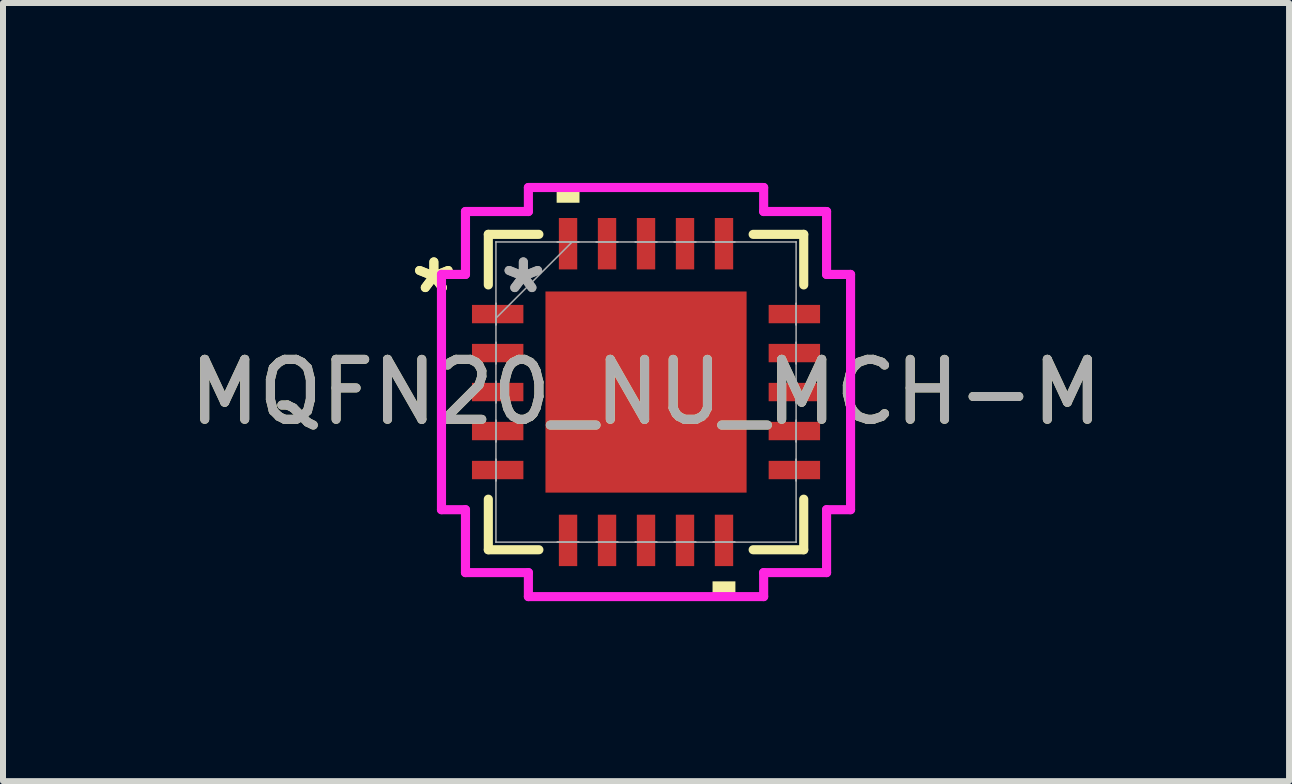
<source format=kicad_pcb>
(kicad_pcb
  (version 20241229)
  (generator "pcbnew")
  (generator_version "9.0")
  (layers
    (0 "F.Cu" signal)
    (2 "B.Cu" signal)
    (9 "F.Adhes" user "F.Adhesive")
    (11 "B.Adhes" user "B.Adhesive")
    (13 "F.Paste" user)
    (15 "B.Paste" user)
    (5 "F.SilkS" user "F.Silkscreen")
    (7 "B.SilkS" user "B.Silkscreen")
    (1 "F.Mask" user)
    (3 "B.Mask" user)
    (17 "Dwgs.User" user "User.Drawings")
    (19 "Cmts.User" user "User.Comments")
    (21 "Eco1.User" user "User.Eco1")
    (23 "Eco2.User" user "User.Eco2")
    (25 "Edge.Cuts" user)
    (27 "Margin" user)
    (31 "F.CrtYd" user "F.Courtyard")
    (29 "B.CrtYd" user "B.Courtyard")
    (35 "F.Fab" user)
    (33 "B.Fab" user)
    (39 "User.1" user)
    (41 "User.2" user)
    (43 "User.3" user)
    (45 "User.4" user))
  (footprint "MQFN20_NU_MCH-M"
    (layer "F.Cu")
    (at 7.72 3.486)
    (property "Reference" "MQFN20_NU_MCH-M" (at 0 0 0) (unlocked yes) (layer "F.SilkS") (effects (font (size 1 1) (thickness 0.15))))
    (attr smd)
    (fp_line (start -2.629 -2.629) (end -2.629 -1.786) (stroke (width 0.152) (type solid)) (layer "F.SilkS"))
    (fp_line (start -2.629 1.786) (end -2.629 2.629) (stroke (width 0.152) (type solid)) (layer "F.SilkS"))
    (fp_line (start -2.629 2.629) (end -1.786 2.629) (stroke (width 0.152) (type solid)) (layer "F.SilkS"))
    (fp_line (start -1.786 -2.629) (end -2.629 -2.629) (stroke (width 0.152) (type solid)) (layer "F.SilkS"))
    (fp_line (start 1.786 2.629) (end 2.629 2.629) (stroke (width 0.152) (type solid)) (layer "F.SilkS"))
    (fp_line (start 2.629 -2.629) (end 1.786 -2.629) (stroke (width 0.152) (type solid)) (layer "F.SilkS"))
    (fp_line (start 2.629 -1.786) (end 2.629 -2.629) (stroke (width 0.152) (type solid)) (layer "F.SilkS"))
    (fp_line (start 2.629 2.629) (end 2.629 1.786) (stroke (width 0.152) (type solid)) (layer "F.SilkS"))
    (fp_poly (pts (xy -1.49 -3.156) (xy -1.49 -3.41) (xy -1.109 -3.41) (xy -1.109 -3.156)) (stroke (width 0) (type solid)) (fill yes) (layer "F.SilkS"))
    (fp_poly (pts (xy 1.109 3.156) (xy 1.109 3.41) (xy 1.49 3.41) (xy 1.49 3.156)) (stroke (width 0) (type solid)) (fill yes) (layer "F.SilkS"))
    (fp_poly (pts (xy -1.576 -1.576) (xy -1.576 -0.1) (xy -0.1 -0.1) (xy -0.1 -1.576)) (stroke (width 0) (type solid)) (fill yes) (layer "F.Paste"))
    (fp_poly (pts (xy -1.576 0.1) (xy -1.576 1.576) (xy -0.1 1.576) (xy -0.1 0.1)) (stroke (width 0) (type solid)) (fill yes) (layer "F.Paste"))
    (fp_poly (pts (xy 0.1 -1.576) (xy 0.1 -0.1) (xy 1.576 -0.1) (xy 1.576 -1.576)) (stroke (width 0) (type solid)) (fill yes) (layer "F.Paste"))
    (fp_poly (pts (xy 0.1 0.1) (xy 0.1 1.576) (xy 1.576 1.576) (xy 1.576 0.1)) (stroke (width 0) (type solid)) (fill yes) (layer "F.Paste"))
    (fp_line (start -3.41 -1.961) (end -3.01 -1.961) (stroke (width 0.152) (type solid)) (layer "F.CrtYd"))
    (fp_line (start -3.41 1.961) (end -3.41 -1.961) (stroke (width 0.152) (type solid)) (layer "F.CrtYd"))
    (fp_line (start -3.01 -3.01) (end -1.961 -3.01) (stroke (width 0.152) (type solid)) (layer "F.CrtYd"))
    (fp_line (start -3.01 -1.961) (end -3.01 -3.01) (stroke (width 0.152) (type solid)) (layer "F.CrtYd"))
    (fp_line (start -3.01 1.961) (end -3.41 1.961) (stroke (width 0.152) (type solid)) (layer "F.CrtYd"))
    (fp_line (start -3.01 3.01) (end -3.01 1.961) (stroke (width 0.152) (type solid)) (layer "F.CrtYd"))
    (fp_line (start -1.961 -3.41) (end 1.961 -3.41) (stroke (width 0.152) (type solid)) (layer "F.CrtYd"))
    (fp_line (start -1.961 -3.01) (end -1.961 -3.41) (stroke (width 0.152) (type solid)) (layer "F.CrtYd"))
    (fp_line (start -1.961 3.01) (end -3.01 3.01) (stroke (width 0.152) (type solid)) (layer "F.CrtYd"))
    (fp_line (start -1.961 3.41) (end -1.961 3.01) (stroke (width 0.152) (type solid)) (layer "F.CrtYd"))
    (fp_line (start 1.961 -3.41) (end 1.961 -3.01) (stroke (width 0.152) (type solid)) (layer "F.CrtYd"))
    (fp_line (start 1.961 -3.01) (end 3.01 -3.01) (stroke (width 0.152) (type solid)) (layer "F.CrtYd"))
    (fp_line (start 1.961 3.01) (end 1.961 3.41) (stroke (width 0.152) (type solid)) (layer "F.CrtYd"))
    (fp_line (start 1.961 3.41) (end -1.961 3.41) (stroke (width 0.152) (type solid)) (layer "F.CrtYd"))
    (fp_line (start 3.01 -3.01) (end 3.01 -1.961) (stroke (width 0.152) (type solid)) (layer "F.CrtYd"))
    (fp_line (start 3.01 -1.961) (end 3.41 -1.961) (stroke (width 0.152) (type solid)) (layer "F.CrtYd"))
    (fp_line (start 3.01 1.961) (end 3.01 3.01) (stroke (width 0.152) (type solid)) (layer "F.CrtYd"))
    (fp_line (start 3.01 3.01) (end 1.961 3.01) (stroke (width 0.152) (type solid)) (layer "F.CrtYd"))
    (fp_line (start 3.41 -1.961) (end 3.41 1.961) (stroke (width 0.152) (type solid)) (layer "F.CrtYd"))
    (fp_line (start 3.41 1.961) (end 3.01 1.961) (stroke (width 0.152) (type solid)) (layer "F.CrtYd"))
    (fp_line (start -2.502 -2.502) (end -2.502 -2.502) (stroke (width 0.025) (type solid)) (layer "F.Fab"))
    (fp_line (start -2.502 -2.502) (end -2.502 2.502) (stroke (width 0.025) (type solid)) (layer "F.Fab"))
    (fp_line (start -2.502 -1.478) (end -2.502 -1.478) (stroke (width 0.025) (type solid)) (layer "F.Fab"))
    (fp_line (start -2.502 -1.478) (end -2.502 -1.122) (stroke (width 0.025) (type solid)) (layer "F.Fab"))
    (fp_line (start -2.502 -1.232) (end -1.232 -2.502) (stroke (width 0.025) (type solid)) (layer "F.Fab"))
    (fp_line (start -2.502 -1.122) (end -2.502 -1.478) (stroke (width 0.025) (type solid)) (layer "F.Fab"))
    (fp_line (start -2.502 -1.122) (end -2.502 -1.122) (stroke (width 0.025) (type solid)) (layer "F.Fab"))
    (fp_line (start -2.502 -0.828) (end -2.502 -0.828) (stroke (width 0.025) (type solid)) (layer "F.Fab"))
    (fp_line (start -2.502 -0.828) (end -2.502 -0.472) (stroke (width 0.025) (type solid)) (layer "F.Fab"))
    (fp_line (start -2.502 -0.472) (end -2.502 -0.828) (stroke (width 0.025) (type solid)) (layer "F.Fab"))
    (fp_line (start -2.502 -0.472) (end -2.502 -0.472) (stroke (width 0.025) (type solid)) (layer "F.Fab"))
    (fp_line (start -2.502 -0.178) (end -2.502 -0.178) (stroke (width 0.025) (type solid)) (layer "F.Fab"))
    (fp_line (start -2.502 -0.178) (end -2.502 0.178) (stroke (width 0.025) (type solid)) (layer "F.Fab"))
    (fp_line (start -2.502 0.178) (end -2.502 -0.178) (stroke (width 0.025) (type solid)) (layer "F.Fab"))
    (fp_line (start -2.502 0.178) (end -2.502 0.178) (stroke (width 0.025) (type solid)) (layer "F.Fab"))
    (fp_line (start -2.502 0.472) (end -2.502 0.472) (stroke (width 0.025) (type solid)) (layer "F.Fab"))
    (fp_line (start -2.502 0.472) (end -2.502 0.828) (stroke (width 0.025) (type solid)) (layer "F.Fab"))
    (fp_line (start -2.502 0.828) (end -2.502 0.472) (stroke (width 0.025) (type solid)) (layer "F.Fab"))
    (fp_line (start -2.502 0.828) (end -2.502 0.828) (stroke (width 0.025) (type solid)) (layer "F.Fab"))
    (fp_line (start -2.502 1.122) (end -2.502 1.122) (stroke (width 0.025) (type solid)) (layer "F.Fab"))
    (fp_line (start -2.502 1.122) (end -2.502 1.478) (stroke (width 0.025) (type solid)) (layer "F.Fab"))
    (fp_line (start -2.502 1.478) (end -2.502 1.122) (stroke (width 0.025) (type solid)) (layer "F.Fab"))
    (fp_line (start -2.502 1.478) (end -2.502 1.478) (stroke (width 0.025) (type solid)) (layer "F.Fab"))
    (fp_line (start -2.502 2.502) (end -2.502 2.502) (stroke (width 0.025) (type solid)) (layer "F.Fab"))
    (fp_line (start -2.502 2.502) (end 2.502 2.502) (stroke (width 0.025) (type solid)) (layer "F.Fab"))
    (fp_line (start -1.478 -2.502) (end -1.478 -2.502) (stroke (width 0.025) (type solid)) (layer "F.Fab"))
    (fp_line (start -1.478 -2.502) (end -1.122 -2.502) (stroke (width 0.025) (type solid)) (layer "F.Fab"))
    (fp_line (start -1.478 2.502) (end -1.478 2.502) (stroke (width 0.025) (type solid)) (layer "F.Fab"))
    (fp_line (start -1.478 2.502) (end -1.122 2.502) (stroke (width 0.025) (type solid)) (layer "F.Fab"))
    (fp_line (start -1.122 -2.502) (end -1.478 -2.502) (stroke (width 0.025) (type solid)) (layer "F.Fab"))
    (fp_line (start -1.122 -2.502) (end -1.122 -2.502) (stroke (width 0.025) (type solid)) (layer "F.Fab"))
    (fp_line (start -1.122 2.502) (end -1.478 2.502) (stroke (width 0.025) (type solid)) (layer "F.Fab"))
    (fp_line (start -1.122 2.502) (end -1.122 2.502) (stroke (width 0.025) (type solid)) (layer "F.Fab"))
    (fp_line (start -0.828 -2.502) (end -0.828 -2.502) (stroke (width 0.025) (type solid)) (layer "F.Fab"))
    (fp_line (start -0.828 -2.502) (end -0.472 -2.502) (stroke (width 0.025) (type solid)) (layer "F.Fab"))
    (fp_line (start -0.828 2.502) (end -0.828 2.502) (stroke (width 0.025) (type solid)) (layer "F.Fab"))
    (fp_line (start -0.828 2.502) (end -0.472 2.502) (stroke (width 0.025) (type solid)) (layer "F.Fab"))
    (fp_line (start -0.472 -2.502) (end -0.828 -2.502) (stroke (width 0.025) (type solid)) (layer "F.Fab"))
    (fp_line (start -0.472 -2.502) (end -0.472 -2.502) (stroke (width 0.025) (type solid)) (layer "F.Fab"))
    (fp_line (start -0.472 2.502) (end -0.828 2.502) (stroke (width 0.025) (type solid)) (layer "F.Fab"))
    (fp_line (start -0.472 2.502) (end -0.472 2.502) (stroke (width 0.025) (type solid)) (layer "F.Fab"))
    (fp_line (start -0.178 -2.502) (end -0.178 -2.502) (stroke (width 0.025) (type solid)) (layer "F.Fab"))
    (fp_line (start -0.178 -2.502) (end 0.178 -2.502) (stroke (width 0.025) (type solid)) (layer "F.Fab"))
    (fp_line (start -0.178 2.502) (end -0.178 2.502) (stroke (width 0.025) (type solid)) (layer "F.Fab"))
    (fp_line (start -0.178 2.502) (end 0.178 2.502) (stroke (width 0.025) (type solid)) (layer "F.Fab"))
    (fp_line (start 0.178 -2.502) (end -0.178 -2.502) (stroke (width 0.025) (type solid)) (layer "F.Fab"))
    (fp_line (start 0.178 -2.502) (end 0.178 -2.502) (stroke (width 0.025) (type solid)) (layer "F.Fab"))
    (fp_line (start 0.178 2.502) (end -0.178 2.502) (stroke (width 0.025) (type solid)) (layer "F.Fab"))
    (fp_line (start 0.178 2.502) (end 0.178 2.502) (stroke (width 0.025) (type solid)) (layer "F.Fab"))
    (fp_line (start 0.472 -2.502) (end 0.472 -2.502) (stroke (width 0.025) (type solid)) (layer "F.Fab"))
    (fp_line (start 0.472 -2.502) (end 0.828 -2.502) (stroke (width 0.025) (type solid)) (layer "F.Fab"))
    (fp_line (start 0.472 2.502) (end 0.472 2.502) (stroke (width 0.025) (type solid)) (layer "F.Fab"))
    (fp_line (start 0.472 2.502) (end 0.828 2.502) (stroke (width 0.025) (type solid)) (layer "F.Fab"))
    (fp_line (start 0.828 -2.502) (end 0.472 -2.502) (stroke (width 0.025) (type solid)) (layer "F.Fab"))
    (fp_line (start 0.828 -2.502) (end 0.828 -2.502) (stroke (width 0.025) (type solid)) (layer "F.Fab"))
    (fp_line (start 0.828 2.502) (end 0.472 2.502) (stroke (width 0.025) (type solid)) (layer "F.Fab"))
    (fp_line (start 0.828 2.502) (end 0.828 2.502) (stroke (width 0.025) (type solid)) (layer "F.Fab"))
    (fp_line (start 1.122 -2.502) (end 1.122 -2.502) (stroke (width 0.025) (type solid)) (layer "F.Fab"))
    (fp_line (start 1.122 -2.502) (end 1.478 -2.502) (stroke (width 0.025) (type solid)) (layer "F.Fab"))
    (fp_line (start 1.122 2.502) (end 1.122 2.502) (stroke (width 0.025) (type solid)) (layer "F.Fab"))
    (fp_line (start 1.122 2.502) (end 1.478 2.502) (stroke (width 0.025) (type solid)) (layer "F.Fab"))
    (fp_line (start 1.478 -2.502) (end 1.122 -2.502) (stroke (width 0.025) (type solid)) (layer "F.Fab"))
    (fp_line (start 1.478 -2.502) (end 1.478 -2.502) (stroke (width 0.025) (type solid)) (layer "F.Fab"))
    (fp_line (start 1.478 2.502) (end 1.122 2.502) (stroke (width 0.025) (type solid)) (layer "F.Fab"))
    (fp_line (start 1.478 2.502) (end 1.478 2.502) (stroke (width 0.025) (type solid)) (layer "F.Fab"))
    (fp_line (start 2.502 -2.502) (end -2.502 -2.502) (stroke (width 0.025) (type solid)) (layer "F.Fab"))
    (fp_line (start 2.502 -2.502) (end 2.502 -2.502) (stroke (width 0.025) (type solid)) (layer "F.Fab"))
    (fp_line (start 2.502 -1.478) (end 2.502 -1.478) (stroke (width 0.025) (type solid)) (layer "F.Fab"))
    (fp_line (start 2.502 -1.478) (end 2.502 -1.122) (stroke (width 0.025) (type solid)) (layer "F.Fab"))
    (fp_line (start 2.502 -1.122) (end 2.502 -1.478) (stroke (width 0.025) (type solid)) (layer "F.Fab"))
    (fp_line (start 2.502 -1.122) (end 2.502 -1.122) (stroke (width 0.025) (type solid)) (layer "F.Fab"))
    (fp_line (start 2.502 -0.828) (end 2.502 -0.828) (stroke (width 0.025) (type solid)) (layer "F.Fab"))
    (fp_line (start 2.502 -0.828) (end 2.502 -0.472) (stroke (width 0.025) (type solid)) (layer "F.Fab"))
    (fp_line (start 2.502 -0.472) (end 2.502 -0.828) (stroke (width 0.025) (type solid)) (layer "F.Fab"))
    (fp_line (start 2.502 -0.472) (end 2.502 -0.472) (stroke (width 0.025) (type solid)) (layer "F.Fab"))
    (fp_line (start 2.502 -0.178) (end 2.502 -0.178) (stroke (width 0.025) (type solid)) (layer "F.Fab"))
    (fp_line (start 2.502 -0.178) (end 2.502 0.178) (stroke (width 0.025) (type solid)) (layer "F.Fab"))
    (fp_line (start 2.502 0.178) (end 2.502 -0.178) (stroke (width 0.025) (type solid)) (layer "F.Fab"))
    (fp_line (start 2.502 0.178) (end 2.502 0.178) (stroke (width 0.025) (type solid)) (layer "F.Fab"))
    (fp_line (start 2.502 0.472) (end 2.502 0.472) (stroke (width 0.025) (type solid)) (layer "F.Fab"))
    (fp_line (start 2.502 0.472) (end 2.502 0.828) (stroke (width 0.025) (type solid)) (layer "F.Fab"))
    (fp_line (start 2.502 0.828) (end 2.502 0.472) (stroke (width 0.025) (type solid)) (layer "F.Fab"))
    (fp_line (start 2.502 0.828) (end 2.502 0.828) (stroke (width 0.025) (type solid)) (layer "F.Fab"))
    (fp_line (start 2.502 1.122) (end 2.502 1.122) (stroke (width 0.025) (type solid)) (layer "F.Fab"))
    (fp_line (start 2.502 1.122) (end 2.502 1.478) (stroke (width 0.025) (type solid)) (layer "F.Fab"))
    (fp_line (start 2.502 1.478) (end 2.502 1.122) (stroke (width 0.025) (type solid)) (layer "F.Fab"))
    (fp_line (start 2.502 1.478) (end 2.502 1.478) (stroke (width 0.025) (type solid)) (layer "F.Fab"))
    (fp_line (start 2.502 2.502) (end 2.502 -2.502) (stroke (width 0.025) (type solid)) (layer "F.Fab"))
    (fp_line (start 2.502 2.502) (end 2.502 2.502) (stroke (width 0.025) (type solid)) (layer "F.Fab"))
    (fp_text user "*" (at -3.537 -1.625 0) (unlocked yes) (layer "F.SilkS") (effects (font (size 1 1) (thickness 0.15))))
    (fp_text user "*" (at -3.537 -1.625 0) (layer "F.SilkS") (effects (font (size 1 1) (thickness 0.15))))
    (fp_text user "*" (at -2.045 -1.625 0) (layer "F.Fab") (effects (font (size 1 1) (thickness 0.15))))
    (fp_text user "*" (at -2.045 -1.625 0) (unlocked yes) (layer "F.Fab") (effects (font (size 1 1) (thickness 0.15))))
    (fp_text user "${REFERENCE}" (at 0 0 0) (unlocked yes) (layer "F.Fab") (effects (font (size 1 1) (thickness 0.15))))
    (pad "1" smd rect (at -2.473 -1.3 90) (size 0.306 0.857) (layers "F.Cu" "F.Mask" "F.Paste"))
    (pad "2" smd rect (at -2.473 -0.65 90) (size 0.306 0.857) (layers "F.Cu" "F.Mask" "F.Paste"))
    (pad "3" smd rect (at -2.473 0 90) (size 0.306 0.857) (layers "F.Cu" "F.Mask" "F.Paste"))
    (pad "4" smd rect (at -2.473 0.65 90) (size 0.306 0.857) (layers "F.Cu" "F.Mask" "F.Paste"))
    (pad "5" smd rect (at -2.473 1.3 90) (size 0.306 0.857) (layers "F.Cu" "F.Mask" "F.Paste"))
    (pad "6" smd rect (at -1.3 2.473) (size 0.306 0.857) (layers "F.Cu" "F.Mask" "F.Paste"))
    (pad "7" smd rect (at -0.65 2.473) (size 0.306 0.857) (layers "F.Cu" "F.Mask" "F.Paste"))
    (pad "8" smd rect (at 0 2.473) (size 0.306 0.857) (layers "F.Cu" "F.Mask" "F.Paste"))
    (pad "9" smd rect (at 0.65 2.473) (size 0.306 0.857) (layers "F.Cu" "F.Mask" "F.Paste"))
    (pad "10" smd rect (at 1.3 2.473) (size 0.306 0.857) (layers "F.Cu" "F.Mask" "F.Paste"))
    (pad "11" smd rect (at 2.473 1.3 90) (size 0.306 0.857) (layers "F.Cu" "F.Mask" "F.Paste"))
    (pad "12" smd rect (at 2.473 0.65 90) (size 0.306 0.857) (layers "F.Cu" "F.Mask" "F.Paste"))
    (pad "13" smd rect (at 2.473 0 90) (size 0.306 0.857) (layers "F.Cu" "F.Mask" "F.Paste"))
    (pad "14" smd rect (at 2.473 -0.65 90) (size 0.306 0.857) (layers "F.Cu" "F.Mask" "F.Paste"))
    (pad "15" smd rect (at 2.473 -1.3 90) (size 0.306 0.857) (layers "F.Cu" "F.Mask" "F.Paste"))
    (pad "16" smd rect (at 1.3 -2.473) (size 0.306 0.857) (layers "F.Cu" "F.Mask" "F.Paste"))
    (pad "17" smd rect (at 0.65 -2.473) (size 0.306 0.857) (layers "F.Cu" "F.Mask" "F.Paste"))
    (pad "18" smd rect (at 0 -2.473) (size 0.306 0.857) (layers "F.Cu" "F.Mask" "F.Paste"))
    (pad "19" smd rect (at -0.65 -2.473) (size 0.306 0.857) (layers "F.Cu" "F.Mask" "F.Paste"))
    (pad "20" smd rect (at -1.3 -2.473) (size 0.306 0.857) (layers "F.Cu" "F.Mask" "F.Paste"))
    (pad "21" smd rect (at 0 0) (size 3.353 3.353) (layers "F.Cu" "F.Mask" "F.Paste")))
  (gr_rect
    (start -3 -3)
    (end 18.44 9.972)
    (stroke (width 0.1) (type default))
    (fill no)
    (layer "Edge.Cuts")))
</source>
